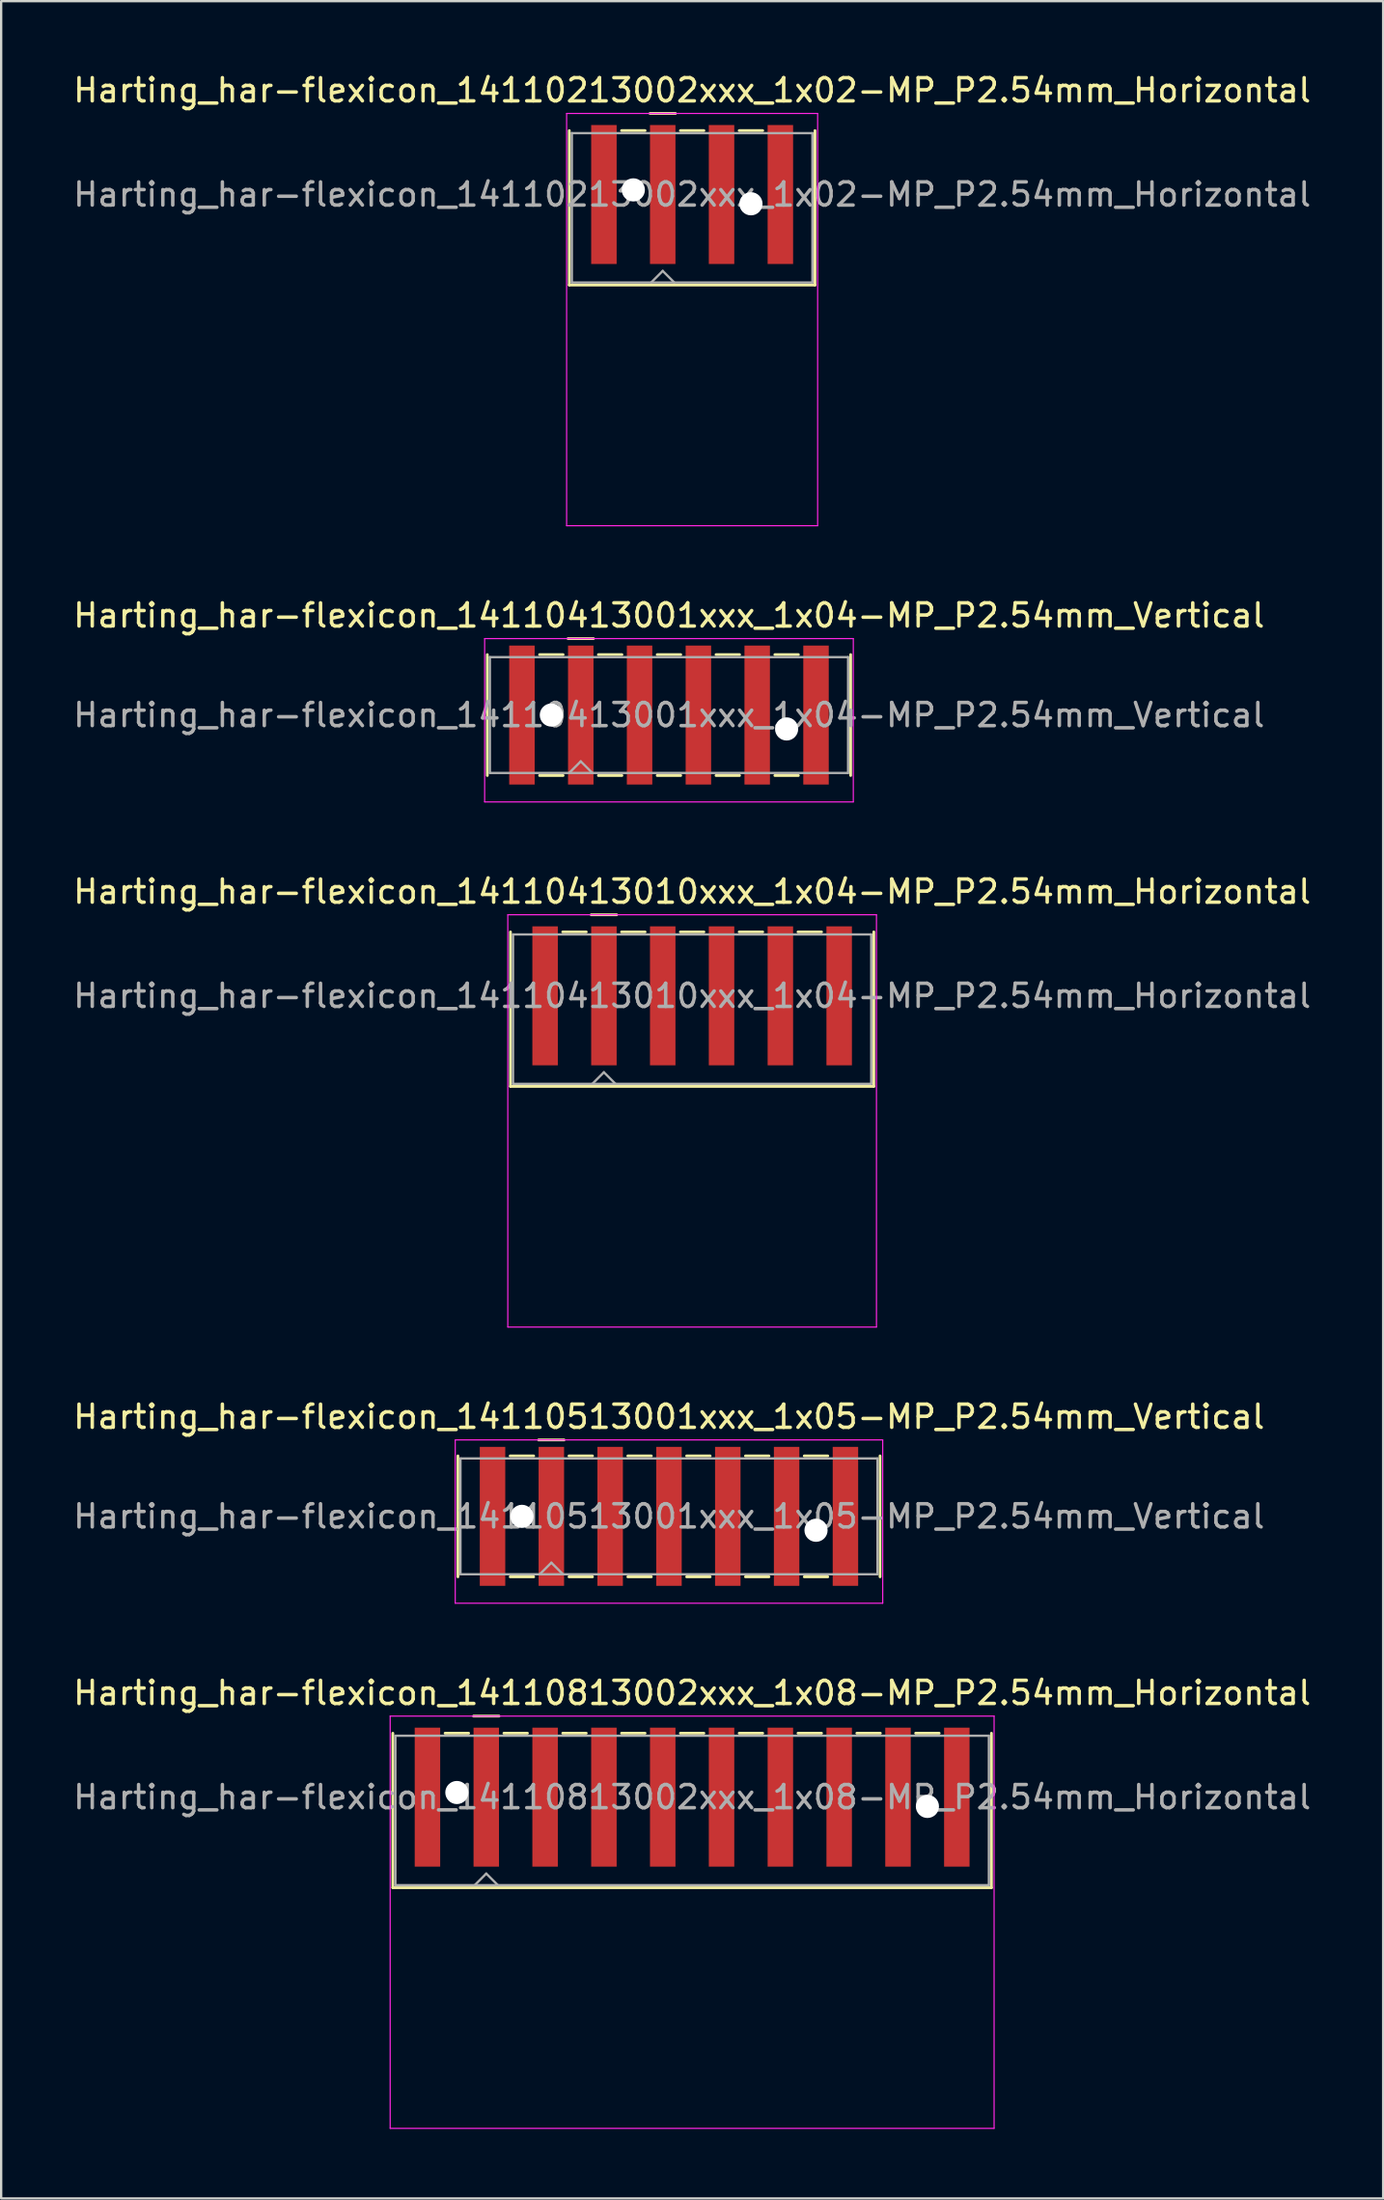
<source format=kicad_pcb>
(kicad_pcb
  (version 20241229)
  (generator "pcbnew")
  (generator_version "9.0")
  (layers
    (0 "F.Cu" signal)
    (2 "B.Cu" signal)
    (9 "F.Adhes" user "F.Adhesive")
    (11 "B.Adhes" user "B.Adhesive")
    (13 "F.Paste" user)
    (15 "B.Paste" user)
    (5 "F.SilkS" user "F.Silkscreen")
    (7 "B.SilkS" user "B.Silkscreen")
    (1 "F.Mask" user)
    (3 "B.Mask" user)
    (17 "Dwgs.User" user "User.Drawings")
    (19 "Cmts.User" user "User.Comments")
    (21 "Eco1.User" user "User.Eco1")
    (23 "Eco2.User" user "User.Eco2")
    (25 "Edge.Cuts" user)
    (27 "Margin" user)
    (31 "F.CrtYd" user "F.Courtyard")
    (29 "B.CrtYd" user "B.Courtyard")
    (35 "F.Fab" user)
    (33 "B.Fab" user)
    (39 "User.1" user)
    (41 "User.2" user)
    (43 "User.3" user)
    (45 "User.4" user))
  (footprint "Harting_har-flexicon_14110413001xxx_1x04-MP_P2.54mm_Vertical"
    (layer "F.Cu")
    (at 25.839 27.822)
    (property "Reference" "Harting_har-flexicon_14110413001xxx_1x04-MP_P2.54mm_Vertical" (at 0 -4.3 0) (layer "F.SilkS") (effects (font (size 1 1) (thickness 0.15))))
    (attr smd)
    (fp_line (start -7.845 -2.61) (end -7.845 2.61) (stroke (width 0.12) (type solid)) (layer "F.SilkS"))
    (fp_line (start -5.588 -2.61) (end -4.572 -2.61) (stroke (width 0.12) (type solid)) (layer "F.SilkS"))
    (fp_line (start -5.588 2.61) (end -4.572 2.61) (stroke (width 0.12) (type solid)) (layer "F.SilkS"))
    (fp_line (start -4.36 -3.3) (end -3.26 -3.3) (stroke (width 0.12) (type solid)) (layer "F.SilkS"))
    (fp_line (start -3.048 -2.61) (end -2.032 -2.61) (stroke (width 0.12) (type solid)) (layer "F.SilkS"))
    (fp_line (start -3.048 2.61) (end -2.032 2.61) (stroke (width 0.12) (type solid)) (layer "F.SilkS"))
    (fp_line (start -0.508 -2.61) (end 0.508 -2.61) (stroke (width 0.12) (type solid)) (layer "F.SilkS"))
    (fp_line (start -0.508 2.61) (end 0.508 2.61) (stroke (width 0.12) (type solid)) (layer "F.SilkS"))
    (fp_line (start 2.032 -2.61) (end 3.048 -2.61) (stroke (width 0.12) (type solid)) (layer "F.SilkS"))
    (fp_line (start 2.032 2.61) (end 3.048 2.61) (stroke (width 0.12) (type solid)) (layer "F.SilkS"))
    (fp_line (start 4.572 -2.61) (end 5.588 -2.61) (stroke (width 0.12) (type solid)) (layer "F.SilkS"))
    (fp_line (start 4.572 2.61) (end 5.588 2.61) (stroke (width 0.12) (type solid)) (layer "F.SilkS"))
    (fp_line (start 7.845 -2.61) (end 7.845 2.61) (stroke (width 0.12) (type solid)) (layer "F.SilkS"))
    (fp_line (start -7.96 -3.3) (end -7.96 3.75) (stroke (width 0.05) (type solid)) (layer "F.CrtYd"))
    (fp_line (start -7.96 3.75) (end 7.96 3.75) (stroke (width 0.05) (type solid)) (layer "F.CrtYd"))
    (fp_line (start 7.96 -3.3) (end -7.96 -3.3) (stroke (width 0.05) (type solid)) (layer "F.CrtYd"))
    (fp_line (start 7.96 3.75) (end 7.96 -3.3) (stroke (width 0.05) (type solid)) (layer "F.CrtYd"))
    (fp_line (start -7.735 -2.5) (end -7.735 2.5) (stroke (width 0.1) (type solid)) (layer "F.Fab"))
    (fp_line (start -7.735 2.5) (end 7.735 2.5) (stroke (width 0.1) (type solid)) (layer "F.Fab"))
    (fp_line (start -4.31 2.5) (end -3.81 2) (stroke (width 0.1) (type solid)) (layer "F.Fab"))
    (fp_line (start -3.81 2) (end -3.31 2.5) (stroke (width 0.1) (type solid)) (layer "F.Fab"))
    (fp_line (start 7.735 -2.5) (end -7.735 -2.5) (stroke (width 0.1) (type solid)) (layer "F.Fab"))
    (fp_line (start 7.735 2.5) (end 7.735 -2.5) (stroke (width 0.1) (type solid)) (layer "F.Fab"))
    (fp_text user "${REFERENCE}" (at 0 0 0) (layer "F.Fab") (effects (font (size 1 1) (thickness 0.15))))
    (pad "" np_thru_hole circle (at -5.08 0) (size 1 1) (drill 1) (layers "*.Cu" "*.Mask"))
    (pad "" np_thru_hole circle (at 5.08 0.6) (size 1 1) (drill 1) (layers "*.Cu" "*.Mask"))
    (pad "1" smd rect (at -3.81 0) (size 1.1 6) (layers "F.Cu" "F.Mask" "F.Paste"))
    (pad "2" smd rect (at -1.27 0) (size 1.1 6) (layers "F.Cu" "F.Mask" "F.Paste"))
    (pad "3" smd rect (at 1.27 0) (size 1.1 6) (layers "F.Cu" "F.Mask" "F.Paste"))
    (pad "4" smd rect (at 3.81 0) (size 1.1 6) (layers "F.Cu" "F.Mask" "F.Paste"))
    (pad "MP" smd rect (at -6.35 0) (size 1.1 6) (layers "F.Cu" "F.Mask" "F.Paste"))
    (pad "MP" smd rect (at 6.35 0) (size 1.1 6) (layers "F.Cu" "F.Mask" "F.Paste")))
  (footprint "Harting_har-flexicon_14110213002xxx_1x02-MP_P2.54mm_Horizontal"
    (layer "F.Cu")
    (at 26.839 6.648)
    (property "Reference" "Harting_har-flexicon_14110213002xxx_1x02-MP_P2.54mm_Horizontal" (at 0 -5.8 0) (layer "F.SilkS") (effects (font (size 1 1) (thickness 0.15))))
    (attr smd)
    (fp_line (start -5.305 -4.06) (end -5.305 2.61) (stroke (width 0.12) (type solid)) (layer "F.SilkS"))
    (fp_line (start -3.048 -4.06) (end -2.032 -4.06) (stroke (width 0.12) (type solid)) (layer "F.SilkS"))
    (fp_line (start -1.82 -4.8) (end -0.72 -4.8) (stroke (width 0.12) (type solid)) (layer "F.SilkS"))
    (fp_line (start -0.508 -4.06) (end 0.508 -4.06) (stroke (width 0.12) (type solid)) (layer "F.SilkS"))
    (fp_line (start 2.032 -4.06) (end 3.048 -4.06) (stroke (width 0.12) (type solid)) (layer "F.SilkS"))
    (fp_line (start 5.305 -4.06) (end 5.305 2.61) (stroke (width 0.12) (type solid)) (layer "F.SilkS"))
    (fp_line (start 5.305 2.61) (end -5.305 2.61) (stroke (width 0.12) (type solid)) (layer "F.SilkS"))
    (fp_line (start -5.42 -4.8) (end -5.42 13) (stroke (width 0.05) (type solid)) (layer "F.CrtYd"))
    (fp_line (start -5.42 13) (end 5.42 13) (stroke (width 0.05) (type solid)) (layer "F.CrtYd"))
    (fp_line (start 5.42 -4.8) (end -5.42 -4.8) (stroke (width 0.05) (type solid)) (layer "F.CrtYd"))
    (fp_line (start 5.42 13) (end 5.42 -4.8) (stroke (width 0.05) (type solid)) (layer "F.CrtYd"))
    (fp_line (start -5.195 -3.95) (end -5.195 2.5) (stroke (width 0.1) (type solid)) (layer "F.Fab"))
    (fp_line (start -5.195 2.5) (end 5.195 2.5) (stroke (width 0.1) (type solid)) (layer "F.Fab"))
    (fp_line (start -1.77 2.5) (end -1.27 2) (stroke (width 0.1) (type solid)) (layer "F.Fab"))
    (fp_line (start -1.27 2) (end -0.77 2.5) (stroke (width 0.1) (type solid)) (layer "F.Fab"))
    (fp_line (start 5.195 -3.95) (end -5.195 -3.95) (stroke (width 0.1) (type solid)) (layer "F.Fab"))
    (fp_line (start 5.195 2.5) (end 5.195 -3.95) (stroke (width 0.1) (type solid)) (layer "F.Fab"))
    (fp_text user "${REFERENCE}" (at 0 -1.3 0) (layer "F.Fab") (effects (font (size 1 1) (thickness 0.15))))
    (pad "" np_thru_hole circle (at -2.54 -1.5) (size 1 1) (drill 1) (layers "*.Cu" "*.Mask"))
    (pad "" np_thru_hole circle (at 2.54 -0.9) (size 1 1) (drill 1) (layers "*.Cu" "*.Mask"))
    (pad "1" smd rect (at -1.27 -1.3) (size 1.1 6) (layers "F.Cu" "F.Mask" "F.Paste"))
    (pad "2" smd rect (at 1.27 -1.3) (size 1.1 6) (layers "F.Cu" "F.Mask" "F.Paste"))
    (pad "MP" smd rect (at -3.81 -1.3) (size 1.1 6) (layers "F.Cu" "F.Mask" "F.Paste"))
    (pad "MP" smd rect (at 3.81 -1.3) (size 1.1 6) (layers "F.Cu" "F.Mask" "F.Paste")))
  (footprint "Harting_har-flexicon_14110513001xxx_1x05-MP_P2.54mm_Vertical"
    (layer "F.Cu")
    (at 25.839 62.418)
    (property "Reference" "Harting_har-flexicon_14110513001xxx_1x05-MP_P2.54mm_Vertical" (at 0 -4.3 0) (layer "F.SilkS") (effects (font (size 1 1) (thickness 0.15))))
    (attr smd)
    (fp_line (start -9.115 -2.61) (end -9.115 2.61) (stroke (width 0.12) (type solid)) (layer "F.SilkS"))
    (fp_line (start -6.858 -2.61) (end -5.842 -2.61) (stroke (width 0.12) (type solid)) (layer "F.SilkS"))
    (fp_line (start -6.858 2.61) (end -5.842 2.61) (stroke (width 0.12) (type solid)) (layer "F.SilkS"))
    (fp_line (start -5.63 -3.3) (end -4.53 -3.3) (stroke (width 0.12) (type solid)) (layer "F.SilkS"))
    (fp_line (start -4.318 -2.61) (end -3.302 -2.61) (stroke (width 0.12) (type solid)) (layer "F.SilkS"))
    (fp_line (start -4.318 2.61) (end -3.302 2.61) (stroke (width 0.12) (type solid)) (layer "F.SilkS"))
    (fp_line (start -1.778 -2.61) (end -0.762 -2.61) (stroke (width 0.12) (type solid)) (layer "F.SilkS"))
    (fp_line (start -1.778 2.61) (end -0.762 2.61) (stroke (width 0.12) (type solid)) (layer "F.SilkS"))
    (fp_line (start 0.762 -2.61) (end 1.778 -2.61) (stroke (width 0.12) (type solid)) (layer "F.SilkS"))
    (fp_line (start 0.762 2.61) (end 1.778 2.61) (stroke (width 0.12) (type solid)) (layer "F.SilkS"))
    (fp_line (start 3.302 -2.61) (end 4.318 -2.61) (stroke (width 0.12) (type solid)) (layer "F.SilkS"))
    (fp_line (start 3.302 2.61) (end 4.318 2.61) (stroke (width 0.12) (type solid)) (layer "F.SilkS"))
    (fp_line (start 5.842 -2.61) (end 6.858 -2.61) (stroke (width 0.12) (type solid)) (layer "F.SilkS"))
    (fp_line (start 5.842 2.61) (end 6.858 2.61) (stroke (width 0.12) (type solid)) (layer "F.SilkS"))
    (fp_line (start 9.115 -2.61) (end 9.115 2.61) (stroke (width 0.12) (type solid)) (layer "F.SilkS"))
    (fp_line (start -9.23 -3.3) (end -9.23 3.75) (stroke (width 0.05) (type solid)) (layer "F.CrtYd"))
    (fp_line (start -9.23 3.75) (end 9.23 3.75) (stroke (width 0.05) (type solid)) (layer "F.CrtYd"))
    (fp_line (start 9.23 -3.3) (end -9.23 -3.3) (stroke (width 0.05) (type solid)) (layer "F.CrtYd"))
    (fp_line (start 9.23 3.75) (end 9.23 -3.3) (stroke (width 0.05) (type solid)) (layer "F.CrtYd"))
    (fp_line (start -9.005 -2.5) (end -9.005 2.5) (stroke (width 0.1) (type solid)) (layer "F.Fab"))
    (fp_line (start -9.005 2.5) (end 9.005 2.5) (stroke (width 0.1) (type solid)) (layer "F.Fab"))
    (fp_line (start -5.58 2.5) (end -5.08 2) (stroke (width 0.1) (type solid)) (layer "F.Fab"))
    (fp_line (start -5.08 2) (end -4.58 2.5) (stroke (width 0.1) (type solid)) (layer "F.Fab"))
    (fp_line (start 9.005 -2.5) (end -9.005 -2.5) (stroke (width 0.1) (type solid)) (layer "F.Fab"))
    (fp_line (start 9.005 2.5) (end 9.005 -2.5) (stroke (width 0.1) (type solid)) (layer "F.Fab"))
    (fp_text user "${REFERENCE}" (at 0 0 0) (layer "F.Fab") (effects (font (size 1 1) (thickness 0.15))))
    (pad "" np_thru_hole circle (at -6.35 0) (size 1 1) (drill 1) (layers "*.Cu" "*.Mask"))
    (pad "" np_thru_hole circle (at 6.35 0.6) (size 1 1) (drill 1) (layers "*.Cu" "*.Mask"))
    (pad "1" smd rect (at -5.08 0) (size 1.1 6) (layers "F.Cu" "F.Mask" "F.Paste"))
    (pad "2" smd rect (at -2.54 0) (size 1.1 6) (layers "F.Cu" "F.Mask" "F.Paste"))
    (pad "3" smd rect (at 0 0) (size 1.1 6) (layers "F.Cu" "F.Mask" "F.Paste"))
    (pad "4" smd rect (at 2.54 0) (size 1.1 6) (layers "F.Cu" "F.Mask" "F.Paste"))
    (pad "5" smd rect (at 5.08 0) (size 1.1 6) (layers "F.Cu" "F.Mask" "F.Paste"))
    (pad "MP" smd rect (at -7.62 0) (size 1.1 6) (layers "F.Cu" "F.Mask" "F.Paste"))
    (pad "MP" smd rect (at 7.62 0) (size 1.1 6) (layers "F.Cu" "F.Mask" "F.Paste")))
  (footprint "Harting_har-flexicon_14110813002xxx_1x08-MP_P2.54mm_Horizontal"
    (layer "F.Cu")
    (at 26.839 75.841)
    (property "Reference" "Harting_har-flexicon_14110813002xxx_1x08-MP_P2.54mm_Horizontal" (at 0 -5.8 0) (layer "F.SilkS") (effects (font (size 1 1) (thickness 0.15))))
    (attr smd)
    (fp_line (start -12.925 -4.06) (end -12.925 2.61) (stroke (width 0.12) (type solid)) (layer "F.SilkS"))
    (fp_line (start -10.668 -4.06) (end -9.652 -4.06) (stroke (width 0.12) (type solid)) (layer "F.SilkS"))
    (fp_line (start -9.44 -4.8) (end -8.34 -4.8) (stroke (width 0.12) (type solid)) (layer "F.SilkS"))
    (fp_line (start -8.128 -4.06) (end -7.112 -4.06) (stroke (width 0.12) (type solid)) (layer "F.SilkS"))
    (fp_line (start -5.588 -4.06) (end -4.572 -4.06) (stroke (width 0.12) (type solid)) (layer "F.SilkS"))
    (fp_line (start -3.048 -4.06) (end -2.032 -4.06) (stroke (width 0.12) (type solid)) (layer "F.SilkS"))
    (fp_line (start -0.508 -4.06) (end 0.508 -4.06) (stroke (width 0.12) (type solid)) (layer "F.SilkS"))
    (fp_line (start 2.032 -4.06) (end 3.048 -4.06) (stroke (width 0.12) (type solid)) (layer "F.SilkS"))
    (fp_line (start 4.572 -4.06) (end 5.588 -4.06) (stroke (width 0.12) (type solid)) (layer "F.SilkS"))
    (fp_line (start 7.112 -4.06) (end 8.128 -4.06) (stroke (width 0.12) (type solid)) (layer "F.SilkS"))
    (fp_line (start 9.652 -4.06) (end 10.668 -4.06) (stroke (width 0.12) (type solid)) (layer "F.SilkS"))
    (fp_line (start 12.925 -4.06) (end 12.925 2.61) (stroke (width 0.12) (type solid)) (layer "F.SilkS"))
    (fp_line (start 12.925 2.61) (end -12.925 2.61) (stroke (width 0.12) (type solid)) (layer "F.SilkS"))
    (fp_line (start -13.04 -4.8) (end -13.04 13) (stroke (width 0.05) (type solid)) (layer "F.CrtYd"))
    (fp_line (start -13.04 13) (end 13.04 13) (stroke (width 0.05) (type solid)) (layer "F.CrtYd"))
    (fp_line (start 13.04 -4.8) (end -13.04 -4.8) (stroke (width 0.05) (type solid)) (layer "F.CrtYd"))
    (fp_line (start 13.04 13) (end 13.04 -4.8) (stroke (width 0.05) (type solid)) (layer "F.CrtYd"))
    (fp_line (start -12.815 -3.95) (end -12.815 2.5) (stroke (width 0.1) (type solid)) (layer "F.Fab"))
    (fp_line (start -12.815 2.5) (end 12.815 2.5) (stroke (width 0.1) (type solid)) (layer "F.Fab"))
    (fp_line (start -9.39 2.5) (end -8.89 2) (stroke (width 0.1) (type solid)) (layer "F.Fab"))
    (fp_line (start -8.89 2) (end -8.39 2.5) (stroke (width 0.1) (type solid)) (layer "F.Fab"))
    (fp_line (start 12.815 -3.95) (end -12.815 -3.95) (stroke (width 0.1) (type solid)) (layer "F.Fab"))
    (fp_line (start 12.815 2.5) (end 12.815 -3.95) (stroke (width 0.1) (type solid)) (layer "F.Fab"))
    (fp_text user "${REFERENCE}" (at 0 -1.3 0) (layer "F.Fab") (effects (font (size 1 1) (thickness 0.15))))
    (pad "" np_thru_hole circle (at -10.16 -1.5) (size 1 1) (drill 1) (layers "*.Cu" "*.Mask"))
    (pad "" np_thru_hole circle (at 10.16 -0.9) (size 1 1) (drill 1) (layers "*.Cu" "*.Mask"))
    (pad "1" smd rect (at -8.89 -1.3) (size 1.1 6) (layers "F.Cu" "F.Mask" "F.Paste"))
    (pad "2" smd rect (at -6.35 -1.3) (size 1.1 6) (layers "F.Cu" "F.Mask" "F.Paste"))
    (pad "3" smd rect (at -3.81 -1.3) (size 1.1 6) (layers "F.Cu" "F.Mask" "F.Paste"))
    (pad "4" smd rect (at -1.27 -1.3) (size 1.1 6) (layers "F.Cu" "F.Mask" "F.Paste"))
    (pad "5" smd rect (at 1.27 -1.3) (size 1.1 6) (layers "F.Cu" "F.Mask" "F.Paste"))
    (pad "6" smd rect (at 3.81 -1.3) (size 1.1 6) (layers "F.Cu" "F.Mask" "F.Paste"))
    (pad "7" smd rect (at 6.35 -1.3) (size 1.1 6) (layers "F.Cu" "F.Mask" "F.Paste"))
    (pad "8" smd rect (at 8.89 -1.3) (size 1.1 6) (layers "F.Cu" "F.Mask" "F.Paste"))
    (pad "MP" smd rect (at -11.43 -1.3) (size 1.1 6) (layers "F.Cu" "F.Mask" "F.Paste"))
    (pad "MP" smd rect (at 11.43 -1.3) (size 1.1 6) (layers "F.Cu" "F.Mask" "F.Paste")))
  (footprint "Harting_har-flexicon_14110413010xxx_1x04-MP_P2.54mm_Horizontal"
    (layer "F.Cu")
    (at 26.839 41.245)
    (property "Reference" "Harting_har-flexicon_14110413010xxx_1x04-MP_P2.54mm_Horizontal" (at 0 -5.8 0) (layer "F.SilkS") (effects (font (size 1 1) (thickness 0.15))))
    (attr smd)
    (fp_line (start -7.845 -4.06) (end -7.845 2.61) (stroke (width 0.12) (type solid)) (layer "F.SilkS"))
    (fp_line (start -5.588 -4.06) (end -4.572 -4.06) (stroke (width 0.12) (type solid)) (layer "F.SilkS"))
    (fp_line (start -4.36 -4.8) (end -3.26 -4.8) (stroke (width 0.12) (type solid)) (layer "F.SilkS"))
    (fp_line (start -3.048 -4.06) (end -2.032 -4.06) (stroke (width 0.12) (type solid)) (layer "F.SilkS"))
    (fp_line (start -0.508 -4.06) (end 0.508 -4.06) (stroke (width 0.12) (type solid)) (layer "F.SilkS"))
    (fp_line (start 2.032 -4.06) (end 3.048 -4.06) (stroke (width 0.12) (type solid)) (layer "F.SilkS"))
    (fp_line (start 4.572 -4.06) (end 5.588 -4.06) (stroke (width 0.12) (type solid)) (layer "F.SilkS"))
    (fp_line (start 7.845 -4.06) (end 7.845 2.61) (stroke (width 0.12) (type solid)) (layer "F.SilkS"))
    (fp_line (start 7.845 2.61) (end -7.845 2.61) (stroke (width 0.12) (type solid)) (layer "F.SilkS"))
    (fp_line (start -7.96 -4.8) (end -7.96 13) (stroke (width 0.05) (type solid)) (layer "F.CrtYd"))
    (fp_line (start -7.96 13) (end 7.96 13) (stroke (width 0.05) (type solid)) (layer "F.CrtYd"))
    (fp_line (start 7.96 -4.8) (end -7.96 -4.8) (stroke (width 0.05) (type solid)) (layer "F.CrtYd"))
    (fp_line (start 7.96 13) (end 7.96 -4.8) (stroke (width 0.05) (type solid)) (layer "F.CrtYd"))
    (fp_line (start -7.735 -3.95) (end -7.735 2.5) (stroke (width 0.1) (type solid)) (layer "F.Fab"))
    (fp_line (start -7.735 2.5) (end 7.735 2.5) (stroke (width 0.1) (type solid)) (layer "F.Fab"))
    (fp_line (start -4.31 2.5) (end -3.81 2) (stroke (width 0.1) (type solid)) (layer "F.Fab"))
    (fp_line (start -3.81 2) (end -3.31 2.5) (stroke (width 0.1) (type solid)) (layer "F.Fab"))
    (fp_line (start 7.735 -3.95) (end -7.735 -3.95) (stroke (width 0.1) (type solid)) (layer "F.Fab"))
    (fp_line (start 7.735 2.5) (end 7.735 -3.95) (stroke (width 0.1) (type solid)) (layer "F.Fab"))
    (fp_text user "${REFERENCE}" (at 0 -1.3 0) (layer "F.Fab") (effects (font (size 1 1) (thickness 0.15))))
    (pad "1" smd rect (at -3.81 -1.3) (size 1.1 6) (layers "F.Cu" "F.Mask" "F.Paste"))
    (pad "2" smd rect (at -1.27 -1.3) (size 1.1 6) (layers "F.Cu" "F.Mask" "F.Paste"))
    (pad "3" smd rect (at 1.27 -1.3) (size 1.1 6) (layers "F.Cu" "F.Mask" "F.Paste"))
    (pad "4" smd rect (at 3.81 -1.3) (size 1.1 6) (layers "F.Cu" "F.Mask" "F.Paste"))
    (pad "MP" smd rect (at -6.35 -1.3) (size 1.1 6) (layers "F.Cu" "F.Mask" "F.Paste"))
    (pad "MP" smd rect (at 6.35 -1.3) (size 1.1 6) (layers "F.Cu" "F.Mask" "F.Paste")))
  (gr_rect
    (start -3 -3)
    (end 56.679 91.866)
    (stroke (width 0.1) (type default))
    (fill no)
    (layer "Edge.Cuts")))
</source>
